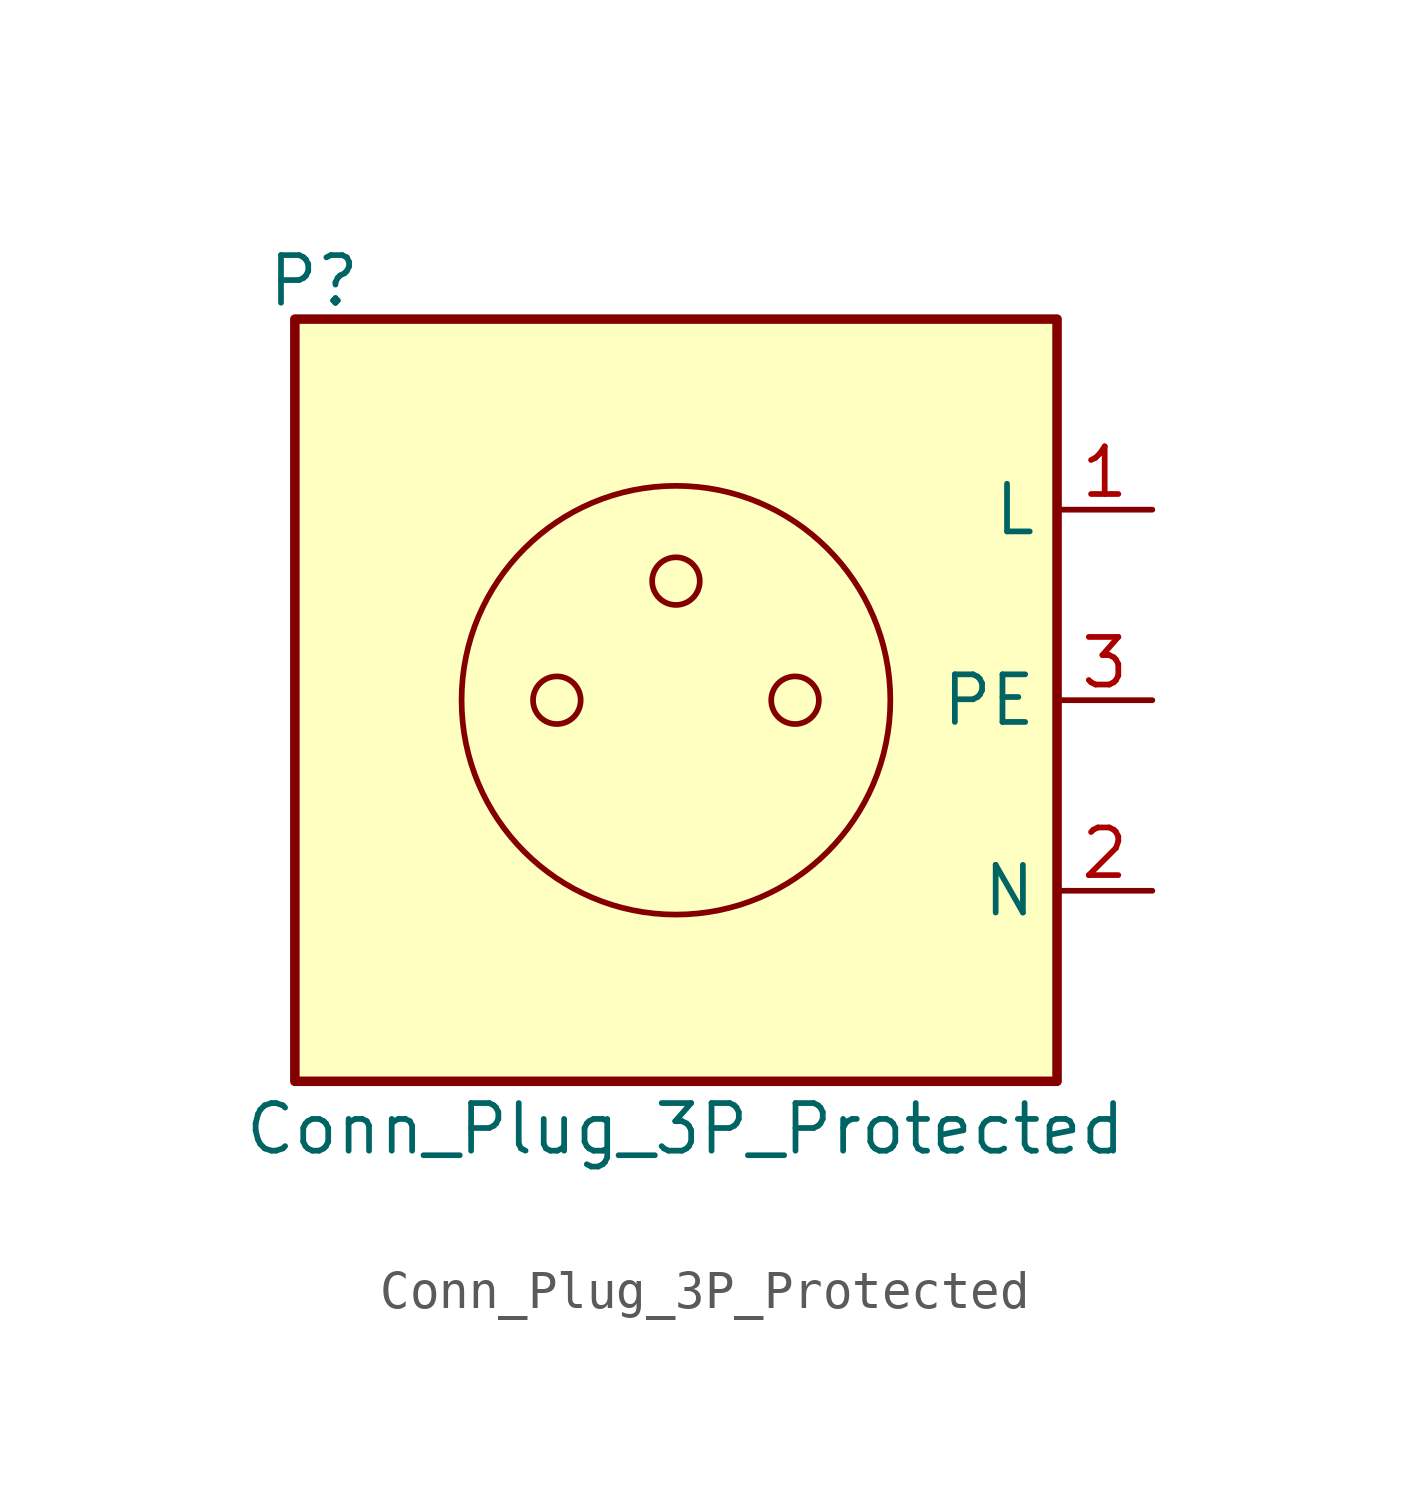
<source format=kicad_sym>
(kicad_symbol_lib
  (version 20241209)
  (generator "kicad_symbol_editor")
  (generator_version "9.0")
  (symbol "Conn_Plug_3P_Protected"
    (property "Reference" "P"
      (at -9.652 11.176 0)
      (effects (font (size 1.27 1.27))))
    (property "Value" "Conn_Plug_3P_Protected"
      (at 0.254 -11.43 0)
      (effects (font (size 1.27 1.27))))
    (symbol "Conn_Plug_3P_Protected_0_1"
      (circle (center 0 0) (radius 5.715) (stroke (width 0) (type default)) (fill (type none))))
    (symbol "Conn_Plug_3P_Protected_1_1"
      (rectangle (start -10.16 10.16) (end 10.16 -10.16) (stroke (width 0.254) (type default)) (fill (type background)))
      (circle (center -3.175 0) (radius 0.635) (stroke (width 0) (type default)) (fill (type none)))
      (circle (center 0 3.175) (radius 0.635) (stroke (width 0) (type default)) (fill (type none)))
      (circle (center 3.175 0) (radius 0.635) (stroke (width 0) (type default)) (fill (type none)))
      (pin power_in line (at 12.7 5.08 180) (length 2.54) (name "L" (effects (font (size 1.27 1.27)))) (number "1" (effects (font (size 1.27 1.27)))))
      (pin power_out line (at 12.7 0 180) (length 2.54) (name "PE" (effects (font (size 1.27 1.27)))) (number "3" (effects (font (size 1.27 1.27)))))
      (pin power_out line (at 12.7 -5.08 180) (length 2.54) (name "N" (effects (font (size 1.27 1.27)))) (number "2" (effects (font (size 1.27 1.27))))))))
</source>
